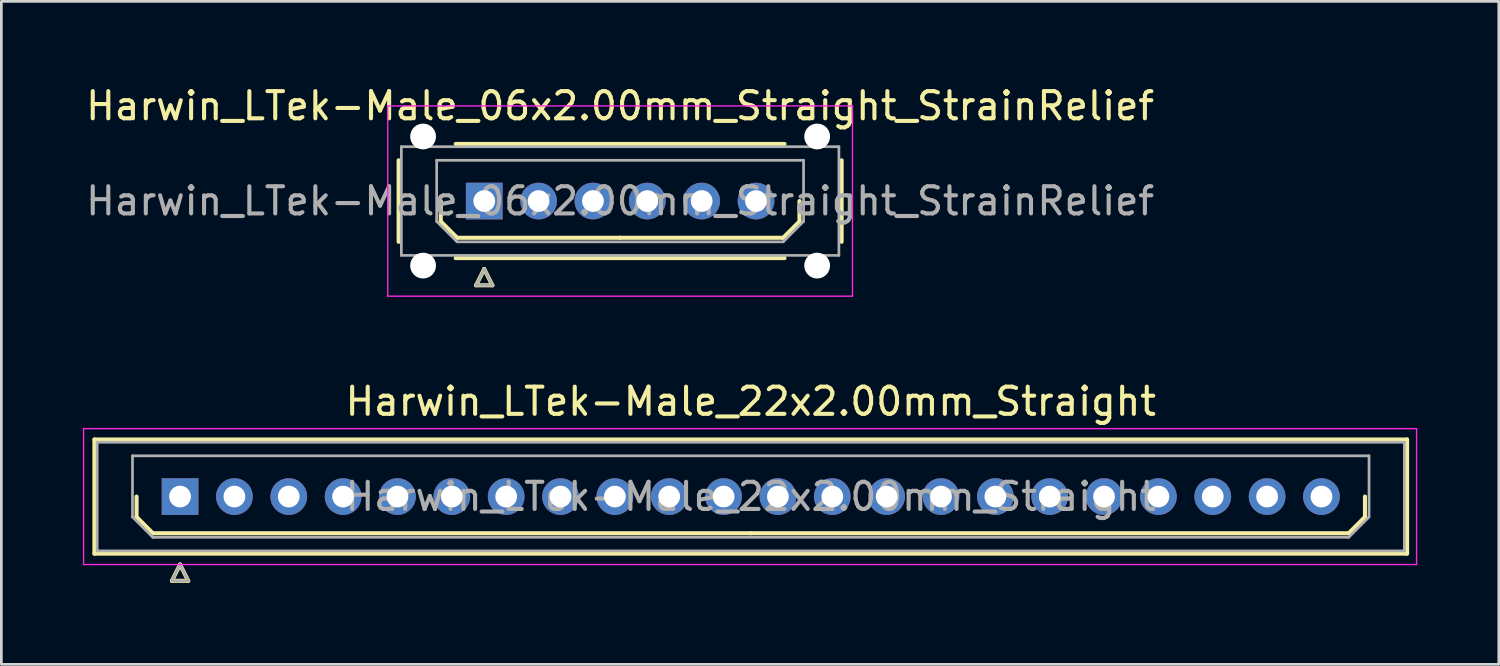
<source format=kicad_pcb>
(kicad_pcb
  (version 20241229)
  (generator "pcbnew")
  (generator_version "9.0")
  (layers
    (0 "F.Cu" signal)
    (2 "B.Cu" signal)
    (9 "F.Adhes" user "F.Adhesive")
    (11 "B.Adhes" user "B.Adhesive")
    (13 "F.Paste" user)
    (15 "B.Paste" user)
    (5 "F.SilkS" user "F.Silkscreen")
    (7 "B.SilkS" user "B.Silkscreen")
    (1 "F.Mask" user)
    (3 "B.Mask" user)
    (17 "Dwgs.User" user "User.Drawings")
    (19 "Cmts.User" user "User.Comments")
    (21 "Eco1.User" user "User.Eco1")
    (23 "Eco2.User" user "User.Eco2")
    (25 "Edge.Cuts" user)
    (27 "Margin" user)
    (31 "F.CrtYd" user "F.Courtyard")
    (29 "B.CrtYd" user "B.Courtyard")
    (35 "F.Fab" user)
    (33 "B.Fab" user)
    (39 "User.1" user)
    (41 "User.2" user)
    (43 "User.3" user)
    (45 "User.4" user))
  (footprint "Harwin_LTek-Male_06x2.00mm_Straight_StrainRelief"
    (layer "F.Cu")
    (at 14.768 4.348)
    (property "Reference" "Harwin_LTek-Male_06x2.00mm_Straight_StrainRelief" (at 5 -3.5 0) (layer "F.SilkS") (effects (font (size 1 1) (thickness 0.15))))
    (attr through_hole)
    (fp_line (start -3.15 -1.5) (end -3.15 1.5) (stroke (width 0.15) (type solid)) (layer "F.SilkS"))
    (fp_line (start -1.6 0) (end -1.6 0.75) (stroke (width 0.15) (type solid)) (layer "F.SilkS"))
    (fp_line (start -1.6 0.75) (end -1 1.35) (stroke (width 0.15) (type solid)) (layer "F.SilkS"))
    (fp_line (start -1.05 -2.1) (end 11.05 -2.1) (stroke (width 0.15) (type solid)) (layer "F.SilkS"))
    (fp_line (start -1.05 2.1) (end 11.05 2.1) (stroke (width 0.15) (type solid)) (layer "F.SilkS"))
    (fp_line (start -1 1.35) (end 5 1.35) (stroke (width 0.15) (type solid)) (layer "F.SilkS"))
    (fp_line (start -0.3 3.1) (end 0.3 3.1) (stroke (width 0.15) (type solid)) (layer "F.SilkS"))
    (fp_line (start 0 2.5) (end -0.3 3.1) (stroke (width 0.15) (type solid)) (layer "F.SilkS"))
    (fp_line (start 0.3 3.1) (end 0 2.5) (stroke (width 0.15) (type solid)) (layer "F.SilkS"))
    (fp_line (start 11 1.35) (end 5 1.35) (stroke (width 0.15) (type solid)) (layer "F.SilkS"))
    (fp_line (start 11.6 0) (end 11.6 0.75) (stroke (width 0.15) (type solid)) (layer "F.SilkS"))
    (fp_line (start 11.6 0.75) (end 11 1.35) (stroke (width 0.15) (type solid)) (layer "F.SilkS"))
    (fp_line (start 13.15 -1.5) (end 13.15 1.5) (stroke (width 0.15) (type solid)) (layer "F.SilkS"))
    (fp_line (start -3.55 -3.5) (end -3.55 3.5) (stroke (width 0.05) (type solid)) (layer "F.CrtYd"))
    (fp_line (start -3.55 3.5) (end 13.55 3.5) (stroke (width 0.05) (type solid)) (layer "F.CrtYd"))
    (fp_line (start 13.55 -3.5) (end -3.55 -3.5) (stroke (width 0.05) (type solid)) (layer "F.CrtYd"))
    (fp_line (start 13.55 3.5) (end 13.55 -3.5) (stroke (width 0.05) (type solid)) (layer "F.CrtYd"))
    (fp_line (start -3.05 -2) (end -3.05 2) (stroke (width 0.1) (type solid)) (layer "F.Fab"))
    (fp_line (start -3.05 2) (end 13.05 2) (stroke (width 0.1) (type solid)) (layer "F.Fab"))
    (fp_line (start -1.75 -1.5) (end 11.75 -1.5) (stroke (width 0.1) (type solid)) (layer "F.Fab"))
    (fp_line (start -1.75 0.75) (end -1.75 -1.5) (stroke (width 0.1) (type solid)) (layer "F.Fab"))
    (fp_line (start -1 1.5) (end -1.75 0.75) (stroke (width 0.1) (type solid)) (layer "F.Fab"))
    (fp_line (start -0.3 3.1) (end 0.3 3.1) (stroke (width 0.1) (type solid)) (layer "F.Fab"))
    (fp_line (start 0 2.5) (end -0.3 3.1) (stroke (width 0.1) (type solid)) (layer "F.Fab"))
    (fp_line (start 0.3 3.1) (end 0 2.5) (stroke (width 0.1) (type solid)) (layer "F.Fab"))
    (fp_line (start 11 1.5) (end -1 1.5) (stroke (width 0.1) (type solid)) (layer "F.Fab"))
    (fp_line (start 11.75 -1.5) (end 11.75 0.75) (stroke (width 0.1) (type solid)) (layer "F.Fab"))
    (fp_line (start 11.75 0.75) (end 11 1.5) (stroke (width 0.1) (type solid)) (layer "F.Fab"))
    (fp_line (start 13.05 -2) (end -3.05 -2) (stroke (width 0.1) (type solid)) (layer "F.Fab"))
    (fp_line (start 13.05 2) (end 13.05 -2) (stroke (width 0.1) (type solid)) (layer "F.Fab"))
    (fp_text user "${REFERENCE}" (at 5 0 0) (layer "F.Fab") (effects (font (size 1 1) (thickness 0.15))))
    (pad "" np_thru_hole circle (at -2.25 -2.375) (size 0.95 0.95) (drill 0.95) (layers "*.Cu" "*.Mask"))
    (pad "" np_thru_hole circle (at -2.25 2.375) (size 0.95 0.95) (drill 0.95) (layers "*.Cu" "*.Mask"))
    (pad "" np_thru_hole circle (at 12.25 -2.375) (size 0.95 0.95) (drill 0.95) (layers "*.Cu" "*.Mask"))
    (pad "" np_thru_hole circle (at 12.25 2.375) (size 0.95 0.95) (drill 0.95) (layers "*.Cu" "*.Mask"))
    (pad "1" thru_hole rect (at 0 0) (size 1.35 1.35) (drill 0.8) (layers "*.Cu" "*.Mask"))
    (pad "2" thru_hole circle (at 2 0) (size 1.35 1.35) (drill 0.8) (layers "*.Cu" "*.Mask"))
    (pad "3" thru_hole circle (at 4 0) (size 1.35 1.35) (drill 0.8) (layers "*.Cu" "*.Mask"))
    (pad "4" thru_hole circle (at 6 0) (size 1.35 1.35) (drill 0.8) (layers "*.Cu" "*.Mask"))
    (pad "5" thru_hole circle (at 8 0) (size 1.35 1.35) (drill 0.8) (layers "*.Cu" "*.Mask"))
    (pad "6" thru_hole circle (at 10 0) (size 1.35 1.35) (drill 0.8) (layers "*.Cu" "*.Mask")))
  (footprint "Harwin_LTek-Male_22x2.00mm_Straight"
    (layer "F.Cu")
    (at 3.575 15.222)
    (property "Reference" "Harwin_LTek-Male_22x2.00mm_Straight" (at 21 -3.5 0) (layer "F.SilkS") (effects (font (size 1 1) (thickness 0.15))))
    (attr through_hole)
    (fp_line (start -3.15 -2.1) (end -3.15 2.1) (stroke (width 0.15) (type solid)) (layer "F.SilkS"))
    (fp_line (start -3.15 2.1) (end 45.15 2.1) (stroke (width 0.15) (type solid)) (layer "F.SilkS"))
    (fp_line (start -1.6 0) (end -1.6 0.75) (stroke (width 0.15) (type solid)) (layer "F.SilkS"))
    (fp_line (start -1.6 0.75) (end -1 1.35) (stroke (width 0.15) (type solid)) (layer "F.SilkS"))
    (fp_line (start -1 1.35) (end 21 1.35) (stroke (width 0.15) (type solid)) (layer "F.SilkS"))
    (fp_line (start -0.3 3.1) (end 0.3 3.1) (stroke (width 0.15) (type solid)) (layer "F.SilkS"))
    (fp_line (start 0 2.5) (end -0.3 3.1) (stroke (width 0.15) (type solid)) (layer "F.SilkS"))
    (fp_line (start 0.3 3.1) (end 0 2.5) (stroke (width 0.15) (type solid)) (layer "F.SilkS"))
    (fp_line (start 43 1.35) (end 21 1.35) (stroke (width 0.15) (type solid)) (layer "F.SilkS"))
    (fp_line (start 43.6 0) (end 43.6 0.75) (stroke (width 0.15) (type solid)) (layer "F.SilkS"))
    (fp_line (start 43.6 0.75) (end 43 1.35) (stroke (width 0.15) (type solid)) (layer "F.SilkS"))
    (fp_line (start 45.15 -2.1) (end -3.15 -2.1) (stroke (width 0.15) (type solid)) (layer "F.SilkS"))
    (fp_line (start 45.15 2.1) (end 45.15 -2.1) (stroke (width 0.15) (type solid)) (layer "F.SilkS"))
    (fp_line (start -3.55 -2.5) (end -3.55 2.5) (stroke (width 0.05) (type solid)) (layer "F.CrtYd"))
    (fp_line (start -3.55 2.5) (end 45.5 2.5) (stroke (width 0.05) (type solid)) (layer "F.CrtYd"))
    (fp_line (start 45.5 -2.5) (end -3.55 -2.5) (stroke (width 0.05) (type solid)) (layer "F.CrtYd"))
    (fp_line (start 45.5 2.5) (end 45.5 -2.5) (stroke (width 0.05) (type solid)) (layer "F.CrtYd"))
    (fp_line (start -3.05 -2) (end -3.05 2) (stroke (width 0.1) (type solid)) (layer "F.Fab"))
    (fp_line (start -3.05 2) (end 45.05 2) (stroke (width 0.1) (type solid)) (layer "F.Fab"))
    (fp_line (start -1.75 -1.5) (end 43.75 -1.5) (stroke (width 0.1) (type solid)) (layer "F.Fab"))
    (fp_line (start -1.75 0.75) (end -1.75 -1.5) (stroke (width 0.1) (type solid)) (layer "F.Fab"))
    (fp_line (start -1 1.5) (end -1.75 0.75) (stroke (width 0.1) (type solid)) (layer "F.Fab"))
    (fp_line (start -0.3 3.1) (end 0.3 3.1) (stroke (width 0.1) (type solid)) (layer "F.Fab"))
    (fp_line (start 0 2.5) (end -0.3 3.1) (stroke (width 0.1) (type solid)) (layer "F.Fab"))
    (fp_line (start 0.3 3.1) (end 0 2.5) (stroke (width 0.1) (type solid)) (layer "F.Fab"))
    (fp_line (start 43 1.5) (end -1 1.5) (stroke (width 0.1) (type solid)) (layer "F.Fab"))
    (fp_line (start 43.75 -1.5) (end 43.75 0.75) (stroke (width 0.1) (type solid)) (layer "F.Fab"))
    (fp_line (start 43.75 0.75) (end 43 1.5) (stroke (width 0.1) (type solid)) (layer "F.Fab"))
    (fp_line (start 45.05 -2) (end -3.05 -2) (stroke (width 0.1) (type solid)) (layer "F.Fab"))
    (fp_line (start 45.05 2) (end 45.05 -2) (stroke (width 0.1) (type solid)) (layer "F.Fab"))
    (fp_text user "${REFERENCE}" (at 21 0 0) (layer "F.Fab") (effects (font (size 1 1) (thickness 0.15))))
    (pad "1" thru_hole rect (at 0 0) (size 1.35 1.35) (drill 0.8) (layers "*.Cu" "*.Mask"))
    (pad "2" thru_hole circle (at 2 0) (size 1.35 1.35) (drill 0.8) (layers "*.Cu" "*.Mask"))
    (pad "3" thru_hole circle (at 4 0) (size 1.35 1.35) (drill 0.8) (layers "*.Cu" "*.Mask"))
    (pad "4" thru_hole circle (at 6 0) (size 1.35 1.35) (drill 0.8) (layers "*.Cu" "*.Mask"))
    (pad "5" thru_hole circle (at 8 0) (size 1.35 1.35) (drill 0.8) (layers "*.Cu" "*.Mask"))
    (pad "6" thru_hole circle (at 10 0) (size 1.35 1.35) (drill 0.8) (layers "*.Cu" "*.Mask"))
    (pad "7" thru_hole circle (at 12 0) (size 1.35 1.35) (drill 0.8) (layers "*.Cu" "*.Mask"))
    (pad "8" thru_hole circle (at 14 0) (size 1.35 1.35) (drill 0.8) (layers "*.Cu" "*.Mask"))
    (pad "9" thru_hole circle (at 16 0) (size 1.35 1.35) (drill 0.8) (layers "*.Cu" "*.Mask"))
    (pad "10" thru_hole circle (at 18 0) (size 1.35 1.35) (drill 0.8) (layers "*.Cu" "*.Mask"))
    (pad "11" thru_hole circle (at 20 0) (size 1.35 1.35) (drill 0.8) (layers "*.Cu" "*.Mask"))
    (pad "12" thru_hole circle (at 22 0) (size 1.35 1.35) (drill 0.8) (layers "*.Cu" "*.Mask"))
    (pad "13" thru_hole circle (at 24 0) (size 1.35 1.35) (drill 0.8) (layers "*.Cu" "*.Mask"))
    (pad "14" thru_hole circle (at 26 0) (size 1.35 1.35) (drill 0.8) (layers "*.Cu" "*.Mask"))
    (pad "15" thru_hole circle (at 28 0) (size 1.35 1.35) (drill 0.8) (layers "*.Cu" "*.Mask"))
    (pad "16" thru_hole circle (at 30 0) (size 1.35 1.35) (drill 0.8) (layers "*.Cu" "*.Mask"))
    (pad "17" thru_hole circle (at 32 0) (size 1.35 1.35) (drill 0.8) (layers "*.Cu" "*.Mask"))
    (pad "18" thru_hole circle (at 34 0) (size 1.35 1.35) (drill 0.8) (layers "*.Cu" "*.Mask"))
    (pad "19" thru_hole circle (at 36 0) (size 1.35 1.35) (drill 0.8) (layers "*.Cu" "*.Mask"))
    (pad "20" thru_hole circle (at 38 0) (size 1.35 1.35) (drill 0.8) (layers "*.Cu" "*.Mask"))
    (pad "21" thru_hole circle (at 40 0) (size 1.35 1.35) (drill 0.8) (layers "*.Cu" "*.Mask"))
    (pad "22" thru_hole circle (at 42 0) (size 1.35 1.35) (drill 0.8) (layers "*.Cu" "*.Mask")))
  (gr_rect
    (start -3 -3)
    (end 52.1 21.396)
    (stroke (width 0.1) (type default))
    (fill no)
    (layer "Edge.Cuts")))
</source>
